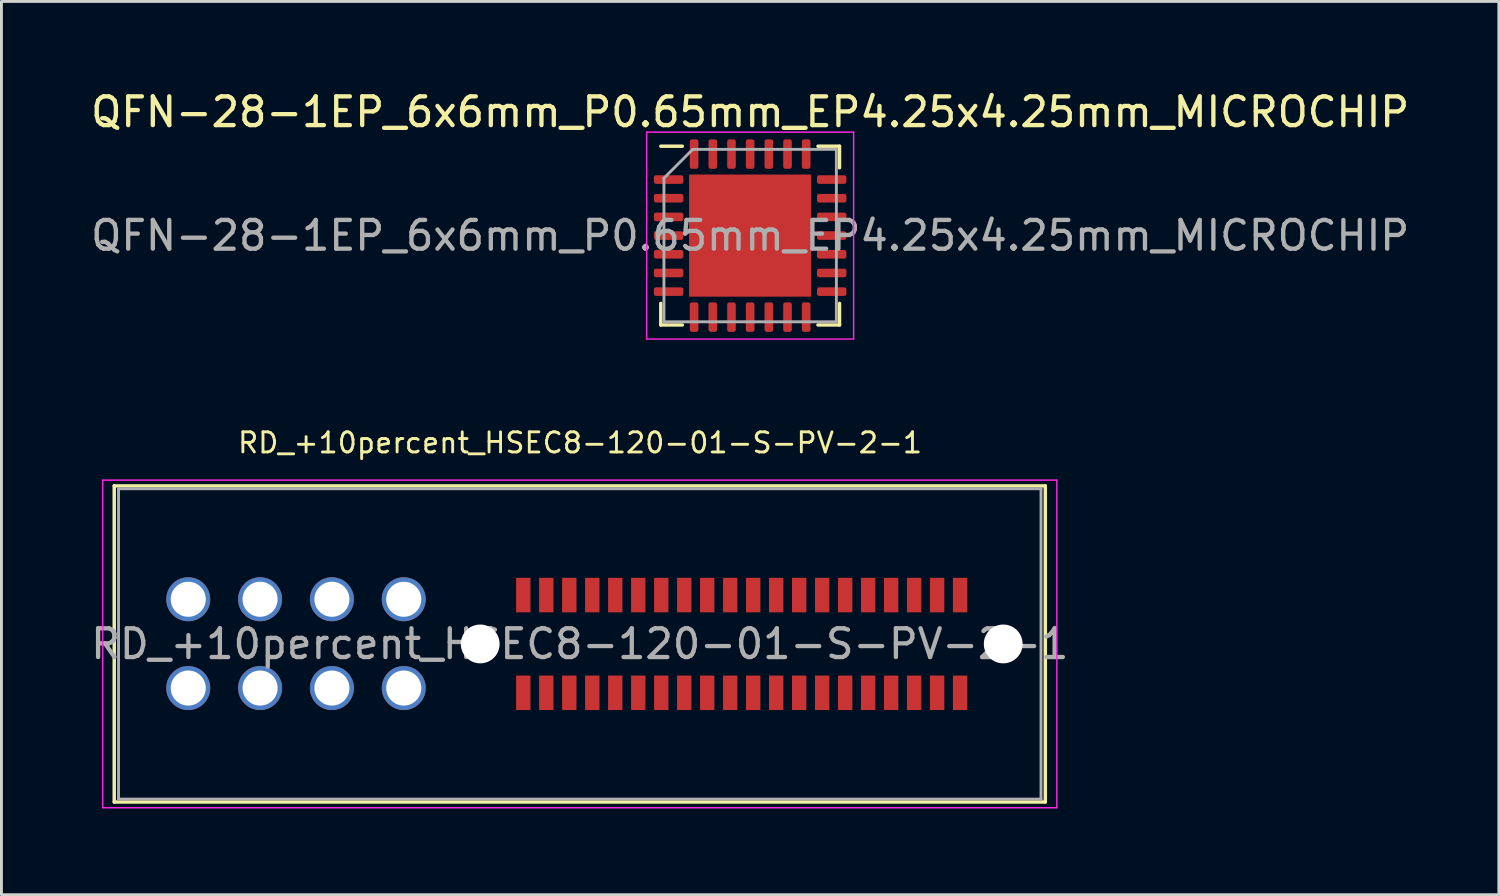
<source format=kicad_pcb>
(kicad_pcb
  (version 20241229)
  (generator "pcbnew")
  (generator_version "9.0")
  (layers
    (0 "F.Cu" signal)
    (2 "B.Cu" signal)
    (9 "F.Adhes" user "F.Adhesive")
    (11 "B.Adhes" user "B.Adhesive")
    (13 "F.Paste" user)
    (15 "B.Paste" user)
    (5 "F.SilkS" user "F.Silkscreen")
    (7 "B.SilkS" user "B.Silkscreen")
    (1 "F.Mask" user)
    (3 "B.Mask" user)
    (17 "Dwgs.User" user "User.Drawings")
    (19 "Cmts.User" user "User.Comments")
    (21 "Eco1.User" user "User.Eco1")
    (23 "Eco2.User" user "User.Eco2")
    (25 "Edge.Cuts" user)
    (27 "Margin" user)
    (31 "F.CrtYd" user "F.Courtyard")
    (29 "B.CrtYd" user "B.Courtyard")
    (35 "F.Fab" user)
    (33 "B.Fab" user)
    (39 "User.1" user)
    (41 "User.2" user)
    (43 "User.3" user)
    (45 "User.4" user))
  (footprint "RD_+10percent_HSEC8-120-01-S-PV-2-1"
    (layer "F.Cu")
    (at 17.125 19.358)
    (property "Reference" "RD_+10percent_HSEC8-120-01-S-PV-2-1" (at 0.01 -7 0) (layer "F.SilkS") (effects (font (size 0.7 0.7) (thickness 0.1))))
    (attr smd)
    (fp_line (start -16.2 -5.5) (end -16.2 5.5) (stroke (width 0.12) (type solid)) (layer "F.SilkS"))
    (fp_line (start -16.2 -5.5) (end 16.2 -5.5) (stroke (width 0.12) (type solid)) (layer "F.SilkS"))
    (fp_line (start 16.2 -5.5) (end 16.2 5.5) (stroke (width 0.12) (type solid)) (layer "F.SilkS"))
    (fp_line (start 16.2 5.5) (end -16.2 5.5) (stroke (width 0.12) (type solid)) (layer "F.SilkS"))
    (fp_rect (start -14.62 -0.29) (end -12.63 -4.763) (stroke (width 0.05) (type solid)) (fill yes) (layer "F.Paste"))
    (fp_rect (start -12.63 0.27) (end -14.62 4.743) (stroke (width 0.05) (type solid)) (fill yes) (layer "F.Paste"))
    (fp_rect (start -12.12 -0.29) (end -10.13 -4.763) (stroke (width 0.05) (type solid)) (fill yes) (layer "F.Paste"))
    (fp_rect (start -10.13 0.27) (end -12.12 4.743) (stroke (width 0.05) (type solid)) (fill yes) (layer "F.Paste"))
    (fp_rect (start -9.625 -3.96) (end -7.635 -0.29) (stroke (width 0.05) (type solid)) (fill yes) (layer "F.Paste"))
    (fp_rect (start -9.625 -0.29) (end -7.635 -4.763) (stroke (width 0.05) (type solid)) (fill yes) (layer "F.Paste"))
    (fp_rect (start -7.63 0.27) (end -9.62 4.743) (stroke (width 0.05) (type solid)) (fill yes) (layer "F.Paste"))
    (fp_rect (start -7.12 -0.29) (end -5.13 -4.763) (stroke (width 0.05) (type solid)) (fill yes) (layer "F.Paste"))
    (fp_rect (start -5.13 0.27) (end -7.12 4.743) (stroke (width 0.05) (type solid)) (fill yes) (layer "F.Paste"))
    (fp_line (start -16.6 -5.7) (end 16.6 -5.7) (stroke (width 0.05) (type solid)) (layer "F.CrtYd"))
    (fp_line (start -16.6 5.7) (end -16.6 -5.7) (stroke (width 0.05) (type solid)) (layer "F.CrtYd"))
    (fp_line (start 16.6 -5.7) (end 16.6 5.7) (stroke (width 0.05) (type solid)) (layer "F.CrtYd"))
    (fp_line (start 16.6 5.7) (end -16.6 5.7) (stroke (width 0.05) (type solid)) (layer "F.CrtYd"))
    (fp_line (start -16.05 -5.4) (end 16.05 -5.4) (stroke (width 0.1) (type solid)) (layer "F.Fab"))
    (fp_line (start -16.05 5.4) (end -16.05 -5.4) (stroke (width 0.1) (type solid)) (layer "F.Fab"))
    (fp_line (start 16.05 -5.4) (end 16.05 5.4) (stroke (width 0.1) (type solid)) (layer "F.Fab"))
    (fp_line (start 16.05 5.4) (end -16.05 5.4) (stroke (width 0.1) (type solid)) (layer "F.Fab"))
    (fp_text user "${REFERENCE}" (at 0 0 0) (layer "F.Fab") (effects (font (size 1 1) (thickness 0.15))))
    (pad "" np_thru_hole circle (at -3.465 0) (size 1.35 1.35) (drill 1.35) (layers "*.Cu" "*.Mask"))
    (pad "" np_thru_hole circle (at 14.735 0) (size 1.35 1.35) (drill 1.35) (layers "*.Cu" "*.Mask"))
    (pad "1" smd rect (at 13.235 1.7) (size 0.5 1.2) (layers "F.Cu" "F.Mask" "F.Paste"))
    (pad "2" smd rect (at 13.235 -1.7) (size 0.5 1.2) (layers "F.Cu" "F.Mask" "F.Paste"))
    (pad "3" smd rect (at 12.435 1.7) (size 0.5 1.2) (layers "F.Cu" "F.Mask" "F.Paste"))
    (pad "4" smd rect (at 12.435 -1.7) (size 0.5 1.2) (layers "F.Cu" "F.Mask" "F.Paste"))
    (pad "5" smd rect (at 11.635 1.7) (size 0.5 1.2) (layers "F.Cu" "F.Mask" "F.Paste"))
    (pad "6" smd rect (at 11.635 -1.7) (size 0.5 1.2) (layers "F.Cu" "F.Mask" "F.Paste"))
    (pad "7" smd rect (at 10.835 1.7) (size 0.5 1.2) (layers "F.Cu" "F.Mask" "F.Paste"))
    (pad "8" smd rect (at 10.835 -1.7) (size 0.5 1.2) (layers "F.Cu" "F.Mask" "F.Paste"))
    (pad "9" smd rect (at 10.035 1.7) (size 0.5 1.2) (layers "F.Cu" "F.Mask" "F.Paste"))
    (pad "10" smd rect (at 10.035 -1.7) (size 0.5 1.2) (layers "F.Cu" "F.Mask" "F.Paste"))
    (pad "11" smd rect (at 9.235 1.7) (size 0.5 1.2) (layers "F.Cu" "F.Mask" "F.Paste"))
    (pad "12" smd rect (at 9.235 -1.7) (size 0.5 1.2) (layers "F.Cu" "F.Mask" "F.Paste"))
    (pad "13" smd rect (at 8.435 1.7) (size 0.5 1.2) (layers "F.Cu" "F.Mask" "F.Paste"))
    (pad "14" smd rect (at 8.435 -1.7) (size 0.5 1.2) (layers "F.Cu" "F.Mask" "F.Paste"))
    (pad "15" smd rect (at 7.635 1.7) (size 0.5 1.2) (layers "F.Cu" "F.Mask" "F.Paste"))
    (pad "16" smd rect (at 7.635 -1.7) (size 0.5 1.2) (layers "F.Cu" "F.Mask" "F.Paste"))
    (pad "17" smd rect (at 6.835 1.7) (size 0.5 1.2) (layers "F.Cu" "F.Mask" "F.Paste"))
    (pad "18" smd rect (at 6.835 -1.7) (size 0.5 1.2) (layers "F.Cu" "F.Mask" "F.Paste"))
    (pad "19" smd rect (at 6.035 1.7) (size 0.5 1.2) (layers "F.Cu" "F.Mask" "F.Paste"))
    (pad "20" smd rect (at 6.035 -1.7) (size 0.5 1.2) (layers "F.Cu" "F.Mask" "F.Paste"))
    (pad "21" smd rect (at 5.235 1.7) (size 0.5 1.2) (layers "F.Cu" "F.Mask" "F.Paste"))
    (pad "22" smd rect (at 5.235 -1.7) (size 0.5 1.2) (layers "F.Cu" "F.Mask" "F.Paste"))
    (pad "23" smd rect (at 4.435 1.7) (size 0.5 1.2) (layers "F.Cu" "F.Mask" "F.Paste"))
    (pad "24" smd rect (at 4.435 -1.7) (size 0.5 1.2) (layers "F.Cu" "F.Mask" "F.Paste"))
    (pad "25" smd rect (at 3.635 1.7) (size 0.5 1.2) (layers "F.Cu" "F.Mask" "F.Paste"))
    (pad "26" smd rect (at 3.635 -1.7) (size 0.5 1.2) (layers "F.Cu" "F.Mask" "F.Paste"))
    (pad "27" smd rect (at 2.835 1.7) (size 0.5 1.2) (layers "F.Cu" "F.Mask" "F.Paste"))
    (pad "28" smd rect (at 2.835 -1.7) (size 0.5 1.2) (layers "F.Cu" "F.Mask" "F.Paste"))
    (pad "29" smd rect (at 2.035 1.7) (size 0.5 1.2) (layers "F.Cu" "F.Mask" "F.Paste"))
    (pad "30" smd rect (at 2.035 -1.7) (size 0.5 1.2) (layers "F.Cu" "F.Mask" "F.Paste"))
    (pad "31" smd rect (at 1.235 1.7) (size 0.5 1.2) (layers "F.Cu" "F.Mask" "F.Paste"))
    (pad "32" smd rect (at 1.235 -1.7) (size 0.5 1.2) (layers "F.Cu" "F.Mask" "F.Paste"))
    (pad "33" smd rect (at 0.435 1.7) (size 0.5 1.2) (layers "F.Cu" "F.Mask" "F.Paste"))
    (pad "34" smd rect (at 0.435 -1.7) (size 0.5 1.2) (layers "F.Cu" "F.Mask" "F.Paste"))
    (pad "35" smd rect (at -0.365 1.7) (size 0.5 1.2) (layers "F.Cu" "F.Mask" "F.Paste"))
    (pad "36" smd rect (at -0.365 -1.7) (size 0.5 1.2) (layers "F.Cu" "F.Mask" "F.Paste"))
    (pad "37" smd rect (at -1.165 1.7) (size 0.5 1.2) (layers "F.Cu" "F.Mask" "F.Paste"))
    (pad "38" smd rect (at -1.165 -1.7) (size 0.5 1.2) (layers "F.Cu" "F.Mask" "F.Paste"))
    (pad "39" smd rect (at -1.965 1.7) (size 0.5 1.2) (layers "F.Cu" "F.Mask" "F.Paste"))
    (pad "40" smd rect (at -1.965 -1.7) (size 0.5 1.2) (layers "F.Cu" "F.Mask" "F.Paste"))
    (pad "AP1" thru_hole circle (at -13.625 1.535 180) (size 1.53 1.53) (drill 1.22) (layers "*.Cu" "*.Mask"))
    (pad "AP2" thru_hole circle (at -6.125 -1.555) (size 1.53 1.53) (drill 1.22) (layers "*.Cu" "*.Mask"))
    (pad "BP1" thru_hole circle (at -11.125 1.535 180) (size 1.53 1.53) (drill 1.22) (layers "*.Cu" "*.Mask"))
    (pad "BP2" thru_hole circle (at -8.625 -1.555) (size 1.53 1.53) (drill 1.22) (layers "*.Cu" "*.Mask"))
    (pad "CP1" thru_hole circle (at -8.625 1.535 180) (size 1.53 1.53) (drill 1.22) (layers "*.Cu" "*.Mask"))
    (pad "CP2" thru_hole circle (at -11.125 -1.555) (size 1.53 1.53) (drill 1.22) (layers "*.Cu" "*.Mask"))
    (pad "DP1" thru_hole circle (at -6.125 1.535 180) (size 1.53 1.53) (drill 1.22) (layers "*.Cu" "*.Mask"))
    (pad "DP2" thru_hole circle (at -13.625 -1.555) (size 1.53 1.53) (drill 1.22) (layers "*.Cu" "*.Mask")))
  (footprint "QFN-28-1EP_6x6mm_P0.65mm_EP4.25x4.25mm_MICROCHIP"
    (layer "F.Cu")
    (at 23.054 5.148)
    (property "Reference" "QFN-28-1EP_6x6mm_P0.65mm_EP4.25x4.25mm_MICROCHIP" (at 0 -4.3 0) (layer "F.SilkS") (effects (font (size 1 1) (thickness 0.15))))
    (attr smd)
    (fp_line (start -3.11 3.11) (end -3.11 2.36) (stroke (width 0.12) (type solid)) (layer "F.SilkS"))
    (fp_line (start -2.36 -3.11) (end -3.11 -3.11) (stroke (width 0.12) (type solid)) (layer "F.SilkS"))
    (fp_line (start -2.36 3.11) (end -3.11 3.11) (stroke (width 0.12) (type solid)) (layer "F.SilkS"))
    (fp_line (start 2.36 -3.11) (end 3.11 -3.11) (stroke (width 0.12) (type solid)) (layer "F.SilkS"))
    (fp_line (start 2.36 3.11) (end 3.11 3.11) (stroke (width 0.12) (type solid)) (layer "F.SilkS"))
    (fp_line (start 3.11 -3.11) (end 3.11 -2.36) (stroke (width 0.12) (type solid)) (layer "F.SilkS"))
    (fp_line (start 3.11 3.11) (end 3.11 2.36) (stroke (width 0.12) (type solid)) (layer "F.SilkS"))
    (fp_line (start -3.6 -3.6) (end -3.6 3.6) (stroke (width 0.05) (type solid)) (layer "F.CrtYd"))
    (fp_line (start -3.6 3.6) (end 3.6 3.6) (stroke (width 0.05) (type solid)) (layer "F.CrtYd"))
    (fp_line (start 3.6 -3.6) (end -3.6 -3.6) (stroke (width 0.05) (type solid)) (layer "F.CrtYd"))
    (fp_line (start 3.6 3.6) (end 3.6 -3.6) (stroke (width 0.05) (type solid)) (layer "F.CrtYd"))
    (fp_line (start -3 -2) (end -2 -3) (stroke (width 0.1) (type solid)) (layer "F.Fab"))
    (fp_line (start -3 3) (end -3 -2) (stroke (width 0.1) (type solid)) (layer "F.Fab"))
    (fp_line (start -2 -3) (end 3 -3) (stroke (width 0.1) (type solid)) (layer "F.Fab"))
    (fp_line (start 3 -3) (end 3 3) (stroke (width 0.1) (type solid)) (layer "F.Fab"))
    (fp_line (start 3 3) (end -3 3) (stroke (width 0.1) (type solid)) (layer "F.Fab"))
    (fp_text user "${REFERENCE}" (at 0 0 0) (layer "F.Fab") (effects (font (size 1 1) (thickness 0.15))))
    (pad "" smd roundrect (at -1.42 -1.42) (size 1.14 1.14) (layers "F.Paste") (roundrect_rratio 0.219))
    (pad "" smd roundrect (at -1.42 0) (size 1.14 1.14) (layers "F.Paste") (roundrect_rratio 0.219))
    (pad "" smd roundrect (at -1.42 1.42) (size 1.14 1.14) (layers "F.Paste") (roundrect_rratio 0.219))
    (pad "" smd roundrect (at 0 -1.42) (size 1.14 1.14) (layers "F.Paste") (roundrect_rratio 0.219))
    (pad "" smd roundrect (at 0 0) (size 1.14 1.14) (layers "F.Paste") (roundrect_rratio 0.219))
    (pad "" smd roundrect (at 0 1.42) (size 1.14 1.14) (layers "F.Paste") (roundrect_rratio 0.219))
    (pad "" smd roundrect (at 1.42 -1.42) (size 1.14 1.14) (layers "F.Paste") (roundrect_rratio 0.219))
    (pad "" smd roundrect (at 1.42 0) (size 1.14 1.14) (layers "F.Paste") (roundrect_rratio 0.219))
    (pad "" smd roundrect (at 1.42 1.42) (size 1.14 1.14) (layers "F.Paste") (roundrect_rratio 0.219))
    (pad "1" smd roundrect (at -2.837 -1.95) (size 1.025 0.3) (layers "F.Cu" "F.Mask" "F.Paste") (roundrect_rratio 0.25))
    (pad "2" smd roundrect (at -2.837 -1.3) (size 1.025 0.3) (layers "F.Cu" "F.Mask" "F.Paste") (roundrect_rratio 0.25))
    (pad "3" smd roundrect (at -2.837 -0.65) (size 1.025 0.3) (layers "F.Cu" "F.Mask" "F.Paste") (roundrect_rratio 0.25))
    (pad "4" smd roundrect (at -2.837 0) (size 1.025 0.3) (layers "F.Cu" "F.Mask" "F.Paste") (roundrect_rratio 0.25))
    (pad "5" smd roundrect (at -2.837 0.65) (size 1.025 0.3) (layers "F.Cu" "F.Mask" "F.Paste") (roundrect_rratio 0.25))
    (pad "6" smd roundrect (at -2.837 1.3) (size 1.025 0.3) (layers "F.Cu" "F.Mask" "F.Paste") (roundrect_rratio 0.25))
    (pad "7" smd roundrect (at -2.837 1.95) (size 1.025 0.3) (layers "F.Cu" "F.Mask" "F.Paste") (roundrect_rratio 0.25))
    (pad "8" smd roundrect (at -1.95 2.837) (size 0.3 1.025) (layers "F.Cu" "F.Mask" "F.Paste") (roundrect_rratio 0.25))
    (pad "9" smd roundrect (at -1.3 2.837) (size 0.3 1.025) (layers "F.Cu" "F.Mask" "F.Paste") (roundrect_rratio 0.25))
    (pad "10" smd roundrect (at -0.65 2.837) (size 0.3 1.025) (layers "F.Cu" "F.Mask" "F.Paste") (roundrect_rratio 0.25))
    (pad "11" smd roundrect (at 0 2.837) (size 0.3 1.025) (layers "F.Cu" "F.Mask" "F.Paste") (roundrect_rratio 0.25))
    (pad "12" smd roundrect (at 0.65 2.837) (size 0.3 1.025) (layers "F.Cu" "F.Mask" "F.Paste") (roundrect_rratio 0.25))
    (pad "13" smd roundrect (at 1.3 2.837) (size 0.3 1.025) (layers "F.Cu" "F.Mask" "F.Paste") (roundrect_rratio 0.25))
    (pad "14" smd roundrect (at 1.95 2.837) (size 0.3 1.025) (layers "F.Cu" "F.Mask" "F.Paste") (roundrect_rratio 0.25))
    (pad "15" smd roundrect (at 2.837 1.95) (size 1.025 0.3) (layers "F.Cu" "F.Mask" "F.Paste") (roundrect_rratio 0.25))
    (pad "16" smd roundrect (at 2.837 1.3) (size 1.025 0.3) (layers "F.Cu" "F.Mask" "F.Paste") (roundrect_rratio 0.25))
    (pad "17" smd roundrect (at 2.837 0.65) (size 1.025 0.3) (layers "F.Cu" "F.Mask" "F.Paste") (roundrect_rratio 0.25))
    (pad "18" smd roundrect (at 2.837 0) (size 1.025 0.3) (layers "F.Cu" "F.Mask" "F.Paste") (roundrect_rratio 0.25))
    (pad "19" smd roundrect (at 2.837 -0.65) (size 1.025 0.3) (layers "F.Cu" "F.Mask" "F.Paste") (roundrect_rratio 0.25))
    (pad "20" smd roundrect (at 2.837 -1.3) (size 1.025 0.3) (layers "F.Cu" "F.Mask" "F.Paste") (roundrect_rratio 0.25))
    (pad "21" smd roundrect (at 2.837 -1.95) (size 1.025 0.3) (layers "F.Cu" "F.Mask" "F.Paste") (roundrect_rratio 0.25))
    (pad "22" smd roundrect (at 1.95 -2.837) (size 0.3 1.025) (layers "F.Cu" "F.Mask" "F.Paste") (roundrect_rratio 0.25))
    (pad "23" smd roundrect (at 1.3 -2.837) (size 0.3 1.025) (layers "F.Cu" "F.Mask" "F.Paste") (roundrect_rratio 0.25))
    (pad "24" smd roundrect (at 0.65 -2.837) (size 0.3 1.025) (layers "F.Cu" "F.Mask" "F.Paste") (roundrect_rratio 0.25))
    (pad "25" smd roundrect (at 0 -2.837) (size 0.3 1.025) (layers "F.Cu" "F.Mask" "F.Paste") (roundrect_rratio 0.25))
    (pad "26" smd roundrect (at -0.65 -2.837) (size 0.3 1.025) (layers "F.Cu" "F.Mask" "F.Paste") (roundrect_rratio 0.25))
    (pad "27" smd roundrect (at -1.3 -2.837) (size 0.3 1.025) (layers "F.Cu" "F.Mask" "F.Paste") (roundrect_rratio 0.25))
    (pad "28" smd roundrect (at -1.95 -2.837) (size 0.3 1.025) (layers "F.Cu" "F.Mask" "F.Paste") (roundrect_rratio 0.25))
    (pad "29" smd rect (at 0 0) (size 4.25 4.25) (layers "F.Cu" "F.Mask")))
  (gr_rect
    (start -3 -3)
    (end 49.107 28.083)
    (stroke (width 0.1) (type default))
    (fill no)
    (layer "Edge.Cuts")))
</source>
